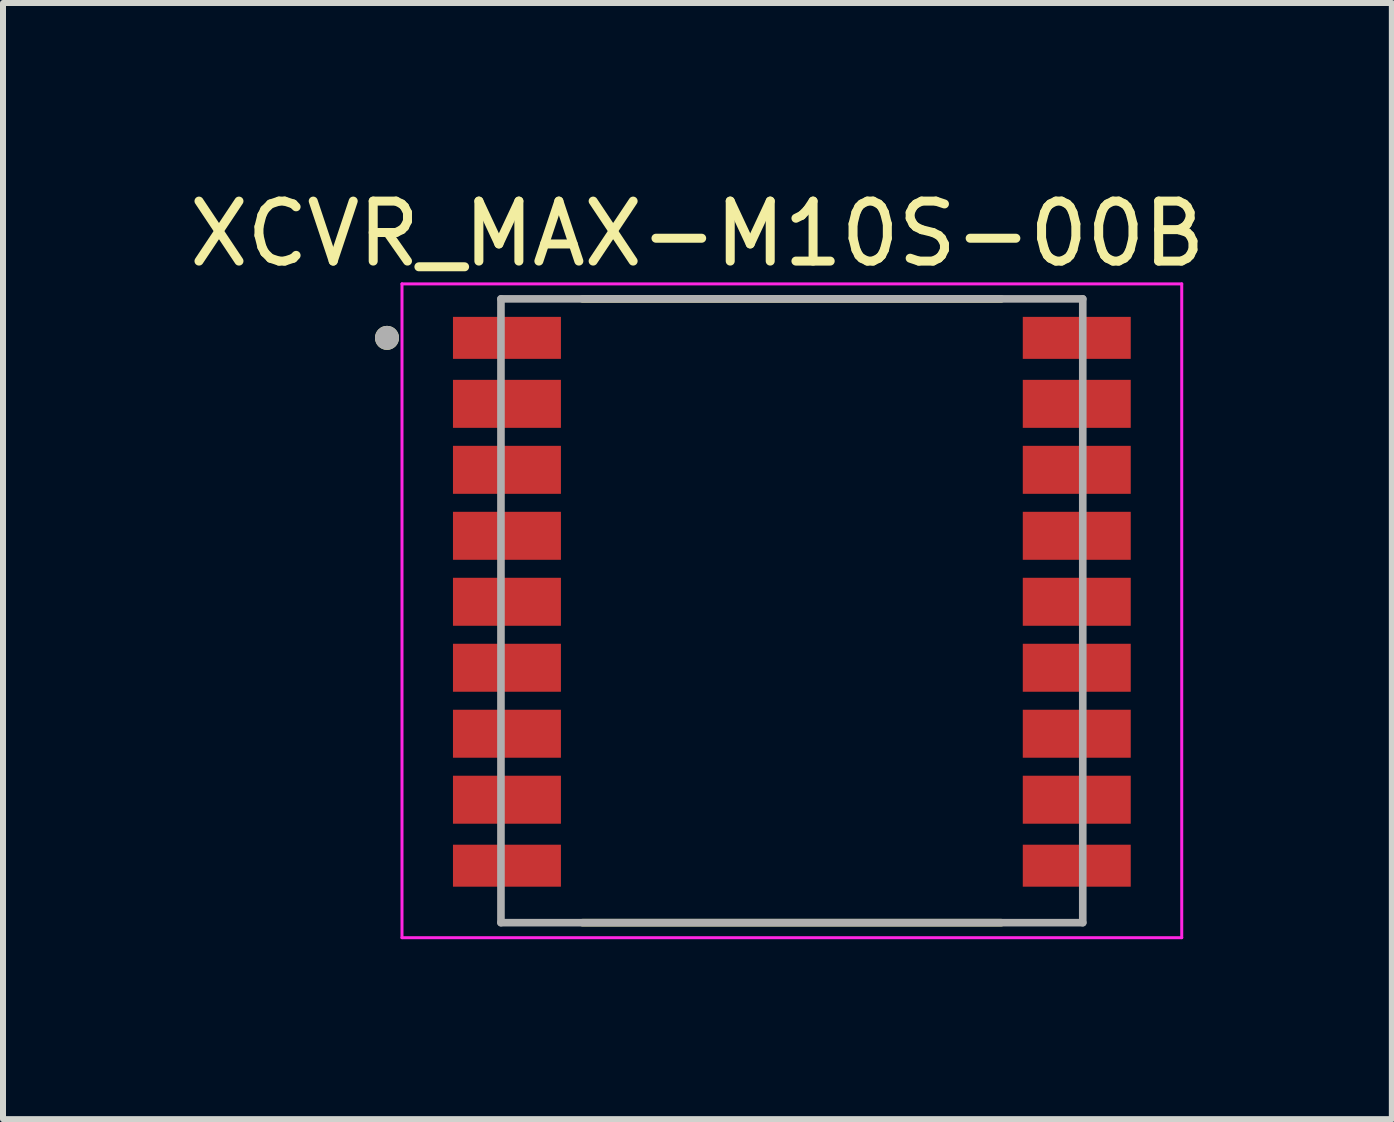
<source format=kicad_pcb>
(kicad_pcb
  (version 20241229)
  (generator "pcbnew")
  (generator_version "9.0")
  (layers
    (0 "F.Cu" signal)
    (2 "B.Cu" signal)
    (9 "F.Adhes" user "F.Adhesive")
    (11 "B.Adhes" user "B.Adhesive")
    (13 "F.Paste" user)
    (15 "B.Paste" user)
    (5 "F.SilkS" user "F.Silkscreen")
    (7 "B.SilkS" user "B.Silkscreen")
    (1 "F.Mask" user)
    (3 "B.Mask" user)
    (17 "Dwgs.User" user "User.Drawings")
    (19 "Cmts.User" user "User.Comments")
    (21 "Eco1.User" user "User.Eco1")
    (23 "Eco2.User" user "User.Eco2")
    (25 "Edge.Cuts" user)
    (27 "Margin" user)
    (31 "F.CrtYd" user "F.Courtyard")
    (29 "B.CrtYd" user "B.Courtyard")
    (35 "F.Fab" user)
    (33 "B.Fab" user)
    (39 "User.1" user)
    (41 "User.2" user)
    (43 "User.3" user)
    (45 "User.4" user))
  (footprint "XCVR_MAX-M10S-00B"
    (layer "F.Cu")
    (at 10.152 6.983)
    (property "Reference" "XCVR_MAX-M10S-00B" (at -1.575 -6.135 0) (layer "F.SilkS") (effects (font (size 1 1) (thickness 0.15))))
    (attr smd)
    (fp_line (start -3.49 -5.05) (end 3.49 -5.05) (stroke (width 0.127) (type solid)) (layer "F.SilkS"))
    (fp_line (start -3.49 5.35) (end 3.49 5.35) (stroke (width 0.127) (type solid)) (layer "F.SilkS"))
    (fp_circle (center -6.75 -4.4) (end -6.65 -4.4) (stroke (width 0.2) (type solid)) (fill no) (layer "F.SilkS"))
    (fp_poly (pts (xy -6.25 -4.75) (xy -6.25 -4.05) (xy -4.85 -4.05) (xy -4.85 -4.15) (xy -3.95 -4.15) (xy -3.95 -4.65) (xy -4.85 -4.65) (xy -4.85 -4.75)) (stroke (width 0.01) (type solid)) (fill yes) (layer "F.Paste"))
    (fp_poly (pts (xy -6.25 -3.7) (xy -6.25 -2.9) (xy -4.85 -2.9) (xy -4.85 -3) (xy -3.95 -3) (xy -3.95 -3.6) (xy -4.85 -3.6) (xy -4.85 -3.7)) (stroke (width 0.01) (type solid)) (fill yes) (layer "F.Paste"))
    (fp_poly (pts (xy -6.25 -2.6) (xy -6.25 -1.8) (xy -4.85 -1.8) (xy -4.85 -1.9) (xy -3.95 -1.9) (xy -3.95 -2.5) (xy -4.85 -2.5) (xy -4.85 -2.6)) (stroke (width 0.01) (type solid)) (fill yes) (layer "F.Paste"))
    (fp_poly (pts (xy -6.25 -1.5) (xy -6.25 -0.7) (xy -4.85 -0.7) (xy -4.85 -0.8) (xy -3.95 -0.8) (xy -3.95 -1.4) (xy -4.85 -1.4) (xy -4.85 -1.5)) (stroke (width 0.01) (type solid)) (fill yes) (layer "F.Paste"))
    (fp_poly (pts (xy -6.25 -0.4) (xy -6.25 0.4) (xy -4.85 0.4) (xy -4.85 0.3) (xy -3.95 0.3) (xy -3.95 -0.3) (xy -4.85 -0.3) (xy -4.85 -0.4)) (stroke (width 0.01) (type solid)) (fill yes) (layer "F.Paste"))
    (fp_poly (pts (xy -6.25 0.7) (xy -6.25 1.5) (xy -4.85 1.5) (xy -4.85 1.4) (xy -3.95 1.4) (xy -3.95 0.8) (xy -4.85 0.8) (xy -4.85 0.7)) (stroke (width 0.01) (type solid)) (fill yes) (layer "F.Paste"))
    (fp_poly (pts (xy -6.25 1.8) (xy -6.25 2.6) (xy -4.85 2.6) (xy -4.85 2.5) (xy -3.95 2.5) (xy -3.95 1.9) (xy -4.85 1.9) (xy -4.85 1.8)) (stroke (width 0.01) (type solid)) (fill yes) (layer "F.Paste"))
    (fp_poly (pts (xy -6.25 2.9) (xy -6.25 3.7) (xy -4.85 3.7) (xy -4.85 3.6) (xy -3.95 3.6) (xy -3.95 3) (xy -4.85 3) (xy -4.85 2.9)) (stroke (width 0.01) (type solid)) (fill yes) (layer "F.Paste"))
    (fp_poly (pts (xy -6.25 4.05) (xy -6.25 4.75) (xy -4.85 4.75) (xy -4.85 4.65) (xy -3.95 4.65) (xy -3.95 4.15) (xy -4.85 4.15) (xy -4.85 4.05)) (stroke (width 0.01) (type solid)) (fill yes) (layer "F.Paste"))
    (fp_poly (pts (xy 6.25 -4.75) (xy 6.25 -4.05) (xy 4.85 -4.05) (xy 4.85 -4.15) (xy 3.95 -4.15) (xy 3.95 -4.65) (xy 4.85 -4.65) (xy 4.85 -4.75)) (stroke (width 0.01) (type solid)) (fill yes) (layer "F.Paste"))
    (fp_poly (pts (xy 6.25 -3.7) (xy 6.25 -2.9) (xy 4.85 -2.9) (xy 4.85 -3) (xy 3.95 -3) (xy 3.95 -3.6) (xy 4.85 -3.6) (xy 4.85 -3.7)) (stroke (width 0.01) (type solid)) (fill yes) (layer "F.Paste"))
    (fp_poly (pts (xy 6.25 -2.6) (xy 6.25 -1.8) (xy 4.85 -1.8) (xy 4.85 -1.9) (xy 3.95 -1.9) (xy 3.95 -2.5) (xy 4.85 -2.5) (xy 4.85 -2.6)) (stroke (width 0.01) (type solid)) (fill yes) (layer "F.Paste"))
    (fp_poly (pts (xy 6.25 -1.5) (xy 6.25 -0.7) (xy 4.85 -0.7) (xy 4.85 -0.8) (xy 3.95 -0.8) (xy 3.95 -1.4) (xy 4.85 -1.4) (xy 4.85 -1.5)) (stroke (width 0.01) (type solid)) (fill yes) (layer "F.Paste"))
    (fp_poly (pts (xy 6.25 -0.4) (xy 6.25 0.4) (xy 4.85 0.4) (xy 4.85 0.3) (xy 3.95 0.3) (xy 3.95 -0.3) (xy 4.85 -0.3) (xy 4.85 -0.4)) (stroke (width 0.01) (type solid)) (fill yes) (layer "F.Paste"))
    (fp_poly (pts (xy 6.25 0.7) (xy 6.25 1.5) (xy 4.85 1.5) (xy 4.85 1.4) (xy 3.95 1.4) (xy 3.95 0.8) (xy 4.85 0.8) (xy 4.85 0.7)) (stroke (width 0.01) (type solid)) (fill yes) (layer "F.Paste"))
    (fp_poly (pts (xy 6.25 1.8) (xy 6.25 2.6) (xy 4.85 2.6) (xy 4.85 2.5) (xy 3.95 2.5) (xy 3.95 1.9) (xy 4.85 1.9) (xy 4.85 1.8)) (stroke (width 0.01) (type solid)) (fill yes) (layer "F.Paste"))
    (fp_poly (pts (xy 6.25 2.9) (xy 6.25 3.7) (xy 4.85 3.7) (xy 4.85 3.6) (xy 3.95 3.6) (xy 3.95 3) (xy 4.85 3) (xy 4.85 2.9)) (stroke (width 0.01) (type solid)) (fill yes) (layer "F.Paste"))
    (fp_poly (pts (xy 6.25 4.05) (xy 6.25 4.75) (xy 4.85 4.75) (xy 4.85 4.65) (xy 3.95 4.65) (xy 3.95 4.15) (xy 4.85 4.15) (xy 4.85 4.05)) (stroke (width 0.01) (type solid)) (fill yes) (layer "F.Paste"))
    (fp_line (start -6.5 -5.3) (end 6.5 -5.3) (stroke (width 0.05) (type solid)) (layer "F.CrtYd"))
    (fp_line (start -6.5 5.6) (end -6.5 -5.3) (stroke (width 0.05) (type solid)) (layer "F.CrtYd"))
    (fp_line (start 6.5 -5.3) (end 6.5 5.6) (stroke (width 0.05) (type solid)) (layer "F.CrtYd"))
    (fp_line (start 6.5 5.6) (end -6.5 5.6) (stroke (width 0.05) (type solid)) (layer "F.CrtYd"))
    (fp_line (start -4.85 -5.05) (end 4.85 -5.05) (stroke (width 0.127) (type solid)) (layer "F.Fab"))
    (fp_line (start -4.85 5.35) (end -4.85 -5.05) (stroke (width 0.127) (type solid)) (layer "F.Fab"))
    (fp_line (start 4.85 -5.05) (end 4.85 5.35) (stroke (width 0.127) (type solid)) (layer "F.Fab"))
    (fp_line (start 4.85 5.35) (end -4.85 5.35) (stroke (width 0.127) (type solid)) (layer "F.Fab"))
    (fp_circle (center -6.75 -4.4) (end -6.65 -4.4) (stroke (width 0.2) (type solid)) (fill no) (layer "F.Fab"))
    (pad "1" smd rect (at -4.75 -4.4) (size 1.8 0.7) (layers "F.Cu" "F.Mask"))
    (pad "2" smd rect (at -4.75 -3.3) (size 1.8 0.8) (layers "F.Cu" "F.Mask"))
    (pad "3" smd rect (at -4.75 -2.2) (size 1.8 0.8) (layers "F.Cu" "F.Mask"))
    (pad "4" smd rect (at -4.75 -1.1) (size 1.8 0.8) (layers "F.Cu" "F.Mask"))
    (pad "5" smd rect (at -4.75 0) (size 1.8 0.8) (layers "F.Cu" "F.Mask"))
    (pad "6" smd rect (at -4.75 1.1) (size 1.8 0.8) (layers "F.Cu" "F.Mask"))
    (pad "7" smd rect (at -4.75 2.2) (size 1.8 0.8) (layers "F.Cu" "F.Mask"))
    (pad "8" smd rect (at -4.75 3.3) (size 1.8 0.8) (layers "F.Cu" "F.Mask"))
    (pad "9" smd rect (at -4.75 4.4) (size 1.8 0.7) (layers "F.Cu" "F.Mask"))
    (pad "10" smd rect (at 4.75 4.4) (size 1.8 0.7) (layers "F.Cu" "F.Mask"))
    (pad "11" smd rect (at 4.75 3.3) (size 1.8 0.8) (layers "F.Cu" "F.Mask"))
    (pad "12" smd rect (at 4.75 2.2) (size 1.8 0.8) (layers "F.Cu" "F.Mask"))
    (pad "13" smd rect (at 4.75 1.1) (size 1.8 0.8) (layers "F.Cu" "F.Mask"))
    (pad "14" smd rect (at 4.75 0) (size 1.8 0.8) (layers "F.Cu" "F.Mask"))
    (pad "15" smd rect (at 4.75 -1.1) (size 1.8 0.8) (layers "F.Cu" "F.Mask"))
    (pad "16" smd rect (at 4.75 -2.2) (size 1.8 0.8) (layers "F.Cu" "F.Mask"))
    (pad "17" smd rect (at 4.75 -3.3) (size 1.8 0.8) (layers "F.Cu" "F.Mask"))
    (pad "18" smd rect (at 4.75 -4.4) (size 1.8 0.7) (layers "F.Cu" "F.Mask"))
    (zone (net_name "") (layer "F.Cu") (hatch full 0.508) (connect_pads) (min_thickness 0.5) (filled_areas_thickness no) (keepout (tracks not_allowed) (vias not_allowed) (pads not_allowed) (copperpour not_allowed) (footprints allowed)) (placement (enabled no)) (fill) (polygon (pts (xy 7.802 2.933) (xy 7.8 2.982) (xy 7.793 3.031) (xy 7.781 3.078) (xy 7.764 3.125) (xy 7.743 3.169) (xy 7.718 3.211) (xy 7.689 3.25) (xy 7.656 3.287) (xy 7.62 3.32) (xy 7.58 3.349) (xy 7.538 3.374) (xy 7.494 3.395) (xy 7.448 3.412) (xy 7.4 3.424) (xy 7.351 3.431) (xy 7.302 3.433) (xy 7.253 3.431) (xy 7.205 3.424) (xy 7.157 3.412) (xy 7.111 3.395) (xy 7.067 3.374) (xy 7.025 3.349) (xy 6.985 3.32) (xy 6.949 3.287) (xy 6.916 3.25) (xy 6.887 3.211) (xy 6.861 3.169) (xy 6.84 3.125) (xy 6.824 3.078) (xy 6.812 3.031) (xy 6.805 2.982) (xy 6.802 2.933) (xy 6.805 2.884) (xy 6.812 2.836) (xy 6.824 2.788) (xy 6.84 2.742) (xy 6.861 2.698) (xy 6.887 2.655) (xy 6.916 2.616) (xy 6.949 2.58) (xy 6.985 2.547) (xy 7.025 2.518) (xy 7.067 2.492) (xy 7.111 2.471) (xy 7.157 2.455) (xy 7.205 2.443) (xy 7.253 2.436) (xy 7.302 2.433) (xy 7.351 2.436) (xy 7.4 2.443) (xy 7.448 2.455) (xy 7.494 2.471) (xy 7.538 2.492) (xy 7.58 2.518) (xy 7.62 2.547) (xy 7.656 2.58) (xy 7.689 2.616) (xy 7.718 2.655) (xy 7.743 2.698) (xy 7.764 2.742) (xy 7.781 2.788) (xy 7.793 2.836) (xy 7.8 2.884))))
    (zone (net_name "") (layers "F.Cu" "B.Cu") (hatch full 0.508) (connect_pads) (min_thickness 0.5) (filled_areas_thickness no) (keepout (tracks allowed) (vias not_allowed) (pads allowed) (copperpour allowed) (footprints allowed)) (placement (enabled no)) (fill) (polygon (pts (xy 7.802 2.933) (xy 7.8 2.982) (xy 7.793 3.031) (xy 7.781 3.078) (xy 7.764 3.125) (xy 7.743 3.169) (xy 7.718 3.211) (xy 7.689 3.25) (xy 7.656 3.287) (xy 7.62 3.32) (xy 7.58 3.349) (xy 7.538 3.374) (xy 7.494 3.395) (xy 7.448 3.412) (xy 7.4 3.424) (xy 7.351 3.431) (xy 7.302 3.433) (xy 7.253 3.431) (xy 7.205 3.424) (xy 7.157 3.412) (xy 7.111 3.395) (xy 7.067 3.374) (xy 7.025 3.349) (xy 6.985 3.32) (xy 6.949 3.287) (xy 6.916 3.25) (xy 6.887 3.211) (xy 6.861 3.169) (xy 6.84 3.125) (xy 6.824 3.078) (xy 6.812 3.031) (xy 6.805 2.982) (xy 6.802 2.933) (xy 6.805 2.884) (xy 6.812 2.836) (xy 6.824 2.788) (xy 6.84 2.742) (xy 6.861 2.698) (xy 6.887 2.655) (xy 6.916 2.616) (xy 6.949 2.58) (xy 6.985 2.547) (xy 7.025 2.518) (xy 7.067 2.492) (xy 7.111 2.471) (xy 7.157 2.455) (xy 7.205 2.443) (xy 7.253 2.436) (xy 7.302 2.433) (xy 7.351 2.436) (xy 7.4 2.443) (xy 7.448 2.455) (xy 7.494 2.471) (xy 7.538 2.492) (xy 7.58 2.518) (xy 7.62 2.547) (xy 7.656 2.58) (xy 7.689 2.616) (xy 7.718 2.655) (xy 7.743 2.698) (xy 7.764 2.742) (xy 7.781 2.788) (xy 7.793 2.836) (xy 7.8 2.884)))))
  (gr_rect
    (start -3 -3)
    (end 20.155 15.608)
    (stroke (width 0.1) (type default))
    (fill no)
    (layer "Edge.Cuts")))
</source>
